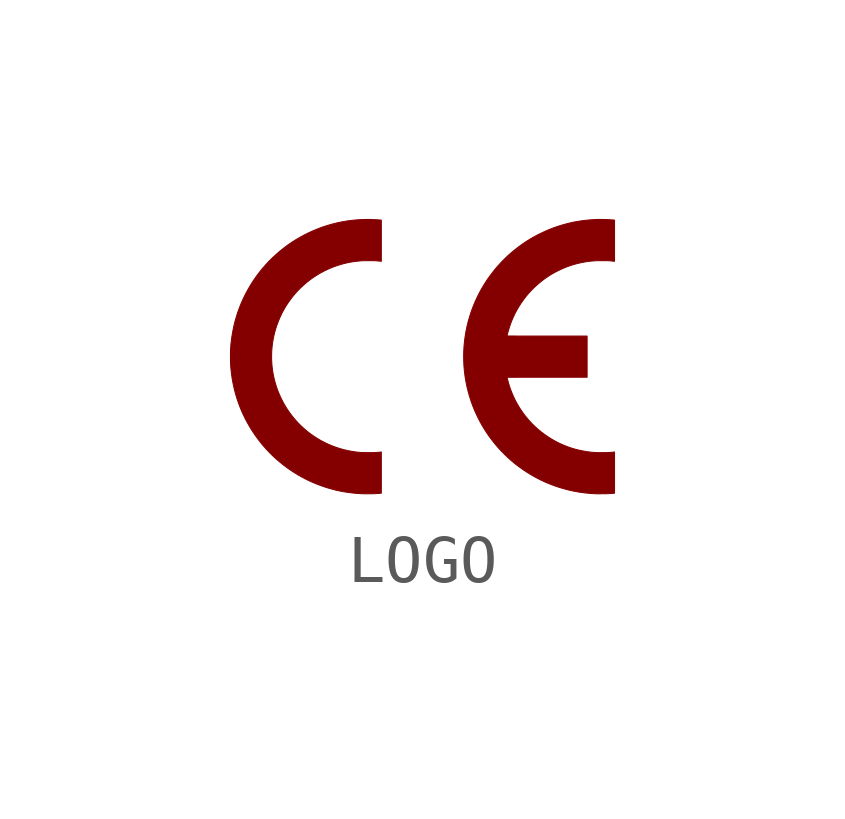
<source format=kicad_sym>
(kicad_symbol_lib
  (version 20210619)
  (generator bitmap2component)
  (symbol "LOGO"
    (pin_names
      (offset 1.016))
    (property "Reference" "#G"
      (at 0 2.222 0)
      (effects (font (size 1.27 1.27)) hide))
    (symbol "LOGO_0_0"
      (polyline (pts (xy -1.139 -2.857) (xy -1.115 -2.857) (xy -1.091 -2.857) (xy -1.068 -2.857) (xy -1.046 -2.857) (xy -1.026 -2.856) (xy -1.009 -2.856) (xy -0.994 -2.855) (xy -0.983 -2.855) (xy -0.981 -2.854) (xy -0.966 -2.853) (xy -0.949 -2.852) (xy -0.933 -2.851) (xy -0.917 -2.85) (xy -0.901 -2.849) (xy -0.888 -2.848) (xy -0.877 -2.847) (xy -0.869 -2.846) (xy -0.864 -2.845) (xy -0.856 -2.844) (xy -0.856 -1.986) (xy -0.863 -1.987) (xy -0.868 -1.988) (xy -0.877 -1.989) (xy -0.889 -1.99) (xy -0.903 -1.992) (xy -0.918 -1.993) (xy -0.934 -1.994) (xy -0.951 -1.996) (xy -0.968 -1.997) (xy -0.983 -1.998) (xy -0.997 -1.999) (xy -1.006 -1.999) (xy -1.023 -2) (xy -1.043 -2) (xy -1.065 -2) (xy -1.089 -2) (xy -1.114 -2) (xy -1.14 -2) (xy -1.166 -2) (xy -1.191 -1.999) (xy -1.215 -1.999) (xy -1.237 -1.998) (xy -1.257 -1.997) (xy -1.274 -1.997) (xy -1.288 -1.996) (xy -1.305 -1.994) (xy -1.335 -1.992) (xy -1.363 -1.989) (xy -1.389 -1.986) (xy -1.415 -1.982) (xy -1.442 -1.978) (xy -1.472 -1.973) (xy -1.534 -1.962) (xy -1.621 -1.942) (xy -1.707 -1.919) (xy -1.792 -1.892) (xy -1.875 -1.861) (xy -1.957 -1.827) (xy -2.037 -1.789) (xy -2.116 -1.748) (xy -2.192 -1.703) (xy -2.267 -1.654) (xy -2.34 -1.603) (xy -2.41 -1.548) (xy -2.471 -1.495) (xy -2.537 -1.434) (xy -2.599 -1.371) (xy -2.658 -1.305) (xy -2.714 -1.236) (xy -2.767 -1.166) (xy -2.817 -1.093) (xy -2.863 -1.018) (xy -2.906 -0.942) (xy -2.946 -0.863) (xy -2.982 -0.783) (xy -3.015 -0.702) (xy -3.044 -0.618) (xy -3.069 -0.534) (xy -3.091 -0.448) (xy -3.109 -0.361) (xy -3.123 -0.274) (xy -3.133 -0.185) (xy -3.136 -0.146) (xy -3.141 -0.056) (xy -3.141 0.034) (xy -3.138 0.123) (xy -3.13 0.212) (xy -3.119 0.301) (xy -3.103 0.389) (xy -3.084 0.476) (xy -3.061 0.562) (xy -3.034 0.647) (xy -3.002 0.732) (xy -2.996 0.747) (xy -2.962 0.827) (xy -2.925 0.905) (xy -2.884 0.981) (xy -2.84 1.056) (xy -2.792 1.129) (xy -2.74 1.2) (xy -2.717 1.231) (xy -2.661 1.3) (xy -2.602 1.366) (xy -2.54 1.429) (xy -2.475 1.489) (xy -2.408 1.547) (xy -2.339 1.601) (xy -2.267 1.652) (xy -2.193 1.7) (xy -2.117 1.745) (xy -2.039 1.786) (xy -1.959 1.824) (xy -1.877 1.859) (xy -1.794 1.889) (xy -1.709 1.917) (xy -1.623 1.94) (xy -1.569 1.953) (xy -1.512 1.964) (xy -1.454 1.974) (xy -1.396 1.983) (xy -1.335 1.989) (xy -1.272 1.995) (xy -1.262 1.996) (xy -1.247 1.996) (xy -1.23 1.997) (xy -1.21 1.997) (xy -1.188 1.997) (xy -1.165 1.998) (xy -1.141 1.998) (xy -1.091 1.998) (xy -1.067 1.998) (xy -1.044 1.997) (xy -1.022 1.997) (xy -1.003 1.997) (xy -0.986 1.996) (xy -0.972 1.996) (xy -0.961 1.995) (xy -0.954 1.994) (xy -0.939 1.993) (xy -0.922 1.992) (xy -0.907 1.99) (xy -0.892 1.989) (xy -0.88 1.987) (xy -0.87 1.986) (xy -0.864 1.985) (xy -0.856 1.984) (xy -0.856 2.842) (xy -0.864 2.843) (xy -0.864 2.843) (xy -0.868 2.844) (xy -0.876 2.845) (xy -0.886 2.845) (xy -0.898 2.846) (xy -0.91 2.847) (xy -0.929 2.849) (xy -1.01 2.853) (xy -1.091 2.856) (xy -1.172 2.856) (xy -1.253 2.854) (xy -1.332 2.85) (xy -1.408 2.844) (xy -1.466 2.838) (xy -1.573 2.824) (xy -1.678 2.806) (xy -1.783 2.784) (xy -1.887 2.758) (xy -1.989 2.728) (xy -2.091 2.695) (xy -2.19 2.657) (xy -2.253 2.631) (xy -2.351 2.588) (xy -2.446 2.541) (xy -2.539 2.491) (xy -2.63 2.438) (xy -2.719 2.382) (xy -2.805 2.323) (xy -2.889 2.26) (xy -2.97 2.195) (xy -3.048 2.127) (xy -3.124 2.057) (xy -3.198 1.984) (xy -3.268 1.908) (xy -3.336 1.83) (xy -3.401 1.749) (xy -3.462 1.667) (xy -3.521 1.582) (xy -3.577 1.494) (xy -3.629 1.405) (xy -3.679 1.314) (xy -3.725 1.221) (xy -3.768 1.127) (xy -3.807 1.03) (xy -3.843 0.932) (xy -3.875 0.832) (xy -3.904 0.731) (xy -3.929 0.629) (xy -3.95 0.525) (xy -3.968 0.42) (xy -3.982 0.314) (xy -3.982 0.312) (xy -3.986 0.28) (xy -3.989 0.249) (xy -3.991 0.22) (xy -3.993 0.192) (xy -3.995 0.164) (xy -3.996 0.135) (xy -3.997 0.105) (xy -3.998 0.073) (xy -3.998 0.038) (xy -3.998 0) (xy -3.998 -0.009) (xy -3.998 -0.037) (xy -3.998 -0.062) (xy -3.998 -0.085) (xy -3.997 -0.105) (xy -3.997 -0.124) (xy -3.996 -0.142) (xy -3.995 -0.161) (xy -3.994 -0.179) (xy -3.993 -0.199) (xy -3.991 -0.22) (xy -3.989 -0.243) (xy -3.988 -0.258) (xy -3.976 -0.364) (xy -3.961 -0.47) (xy -3.941 -0.575) (xy -3.918 -0.679) (xy -3.891 -0.782) (xy -3.86 -0.883) (xy -3.825 -0.984) (xy -3.787 -1.083) (xy -3.745 -1.18) (xy -3.699 -1.276) (xy -3.65 -1.37) (xy -3.597 -1.463) (xy -3.541 -1.553) (xy -3.481 -1.642) (xy -3.418 -1.728) (xy -3.352 -1.813) (xy -3.328 -1.841) (xy -3.262 -1.917) (xy -3.192 -1.992) (xy -3.119 -2.064) (xy -3.044 -2.134) (xy -2.966 -2.2) (xy -2.887 -2.264) (xy -2.806 -2.324) (xy -2.768 -2.351) (xy -2.678 -2.41) (xy -2.586 -2.467) (xy -2.493 -2.519) (xy -2.398 -2.568) (xy -2.301 -2.613) (xy -2.203 -2.654) (xy -2.103 -2.692) (xy -2.002 -2.726) (xy -1.9 -2.756) (xy -1.797 -2.783) (xy -1.692 -2.805) (xy -1.586 -2.824) (xy -1.479 -2.838) (xy -1.371 -2.849) (xy -1.263 -2.856) (xy -1.257 -2.857) (xy -1.243 -2.857) (xy -1.226 -2.857) (xy -1.207 -2.857) (xy -1.185 -2.858) (xy -1.163 -2.858) (xy -1.139 -2.857)) (stroke (width 0.01)) (fill (type outline)))
      (polyline (pts (xy 3.7 -2.858) (xy 3.72 -2.857) (xy 3.763 -2.857) (xy 3.784 -2.857) (xy 3.804 -2.857) (xy 3.823 -2.856) (xy 3.84 -2.856) (xy 3.854 -2.855) (xy 3.866 -2.855) (xy 3.874 -2.855) (xy 3.876 -2.854) (xy 3.891 -2.853) (xy 3.908 -2.852) (xy 3.924 -2.851) (xy 3.941 -2.85) (xy 3.956 -2.849) (xy 3.969 -2.848) (xy 3.98 -2.847) (xy 3.989 -2.846) (xy 3.994 -2.845) (xy 4.001 -2.844) (xy 4.001 -1.986) (xy 3.994 -1.987) (xy 3.991 -1.988) (xy 3.983 -1.989) (xy 3.972 -1.99) (xy 3.958 -1.991) (xy 3.943 -1.993) (xy 3.928 -1.994) (xy 3.912 -1.996) (xy 3.896 -1.997) (xy 3.895 -1.997) (xy 3.884 -1.998) (xy 3.87 -1.998) (xy 3.853 -1.999) (xy 3.833 -1.999) (xy 3.811 -1.999) (xy 3.788 -2) (xy 3.764 -2) (xy 3.715 -2) (xy 3.691 -2) (xy 3.668 -1.999) (xy 3.647 -1.999) (xy 3.627 -1.999) (xy 3.61 -1.998) (xy 3.597 -1.998) (xy 3.586 -1.997) (xy 3.55 -1.994) (xy 3.501 -1.989) (xy 3.455 -1.984) (xy 3.411 -1.978) (xy 3.368 -1.97) (xy 3.326 -1.962) (xy 3.283 -1.953) (xy 3.239 -1.943) (xy 3.173 -1.926) (xy 3.087 -1.9) (xy 3.004 -1.87) (xy 2.922 -1.837) (xy 2.841 -1.8) (xy 2.763 -1.759) (xy 2.686 -1.716) (xy 2.612 -1.669) (xy 2.539 -1.618) (xy 2.469 -1.565) (xy 2.401 -1.508) (xy 2.336 -1.449) (xy 2.273 -1.387) (xy 2.213 -1.321) (xy 2.156 -1.253) (xy 2.102 -1.183) (xy 2.051 -1.109) (xy 2.018 -1.058) (xy 1.972 -0.981) (xy 1.93 -0.902) (xy 1.892 -0.821) (xy 1.857 -0.739) (xy 1.826 -0.655) (xy 1.798 -0.569) (xy 1.774 -0.482) (xy 1.772 -0.471) (xy 1.769 -0.459) (xy 1.766 -0.448) (xy 1.764 -0.44) (xy 1.763 -0.434) (xy 1.762 -0.432) (xy 1.763 -0.432) (xy 1.768 -0.431) (xy 1.776 -0.431) (xy 1.788 -0.431) (xy 1.803 -0.431) (xy 1.822 -0.431) (xy 1.844 -0.431) (xy 1.87 -0.431) (xy 1.898 -0.431) (xy 1.929 -0.431) (xy 1.963 -0.431) (xy 2 -0.43) (xy 2.039 -0.43) (xy 2.08 -0.43) (xy 2.124 -0.43) (xy 2.17 -0.43) (xy 2.218 -0.43) (xy 2.268 -0.43) (xy 2.319 -0.43) (xy 2.372 -0.43) (xy 3.43 -0.43) (xy 3.43 0.428) (xy 2.393 0.428) (xy 2.339 0.428) (xy 2.237 0.428) (xy 2.188 0.428) (xy 2.142 0.428) (xy 2.097 0.428) (xy 2.055 0.428) (xy 2.015 0.428) (xy 1.977 0.428) (xy 1.942 0.429) (xy 1.91 0.429) (xy 1.88 0.429) (xy 1.854 0.429) (xy 1.83 0.429) (xy 1.81 0.429) (xy 1.793 0.429) (xy 1.78 0.429) (xy 1.77 0.429) (xy 1.764 0.429) (xy 1.762 0.429) (xy 1.763 0.431) (xy 1.764 0.436) (xy 1.765 0.444) (xy 1.768 0.454) (xy 1.771 0.466) (xy 1.774 0.48) (xy 1.778 0.494) (xy 1.782 0.509) (xy 1.786 0.523) (xy 1.789 0.536) (xy 1.793 0.548) (xy 1.795 0.558) (xy 1.798 0.566) (xy 1.825 0.651) (xy 1.855 0.734) (xy 1.89 0.815) (xy 1.927 0.895) (xy 1.968 0.972) (xy 2.013 1.048) (xy 2.06 1.121) (xy 2.111 1.192) (xy 2.164 1.261) (xy 2.22 1.327) (xy 2.28 1.391) (xy 2.342 1.452) (xy 2.406 1.51) (xy 2.473 1.566) (xy 2.543 1.619) (xy 2.614 1.668) (xy 2.688 1.715) (xy 2.765 1.758) (xy 2.843 1.798) (xy 2.924 1.835) (xy 3.006 1.869) (xy 3.09 1.898) (xy 3.103 1.903) (xy 3.162 1.921) (xy 3.219 1.936) (xy 3.277 1.95) (xy 3.335 1.962) (xy 3.394 1.973) (xy 3.456 1.982) (xy 3.519 1.989) (xy 3.586 1.995) (xy 3.587 1.995) (xy 3.598 1.996) (xy 3.612 1.996) (xy 3.63 1.997) (xy 3.649 1.997) (xy 3.671 1.997) (xy 3.694 1.998) (xy 3.718 1.998) (xy 3.767 1.998) (xy 3.791 1.998) (xy 3.814 1.997) (xy 3.836 1.997) (xy 3.855 1.997) (xy 3.872 1.996) (xy 3.886 1.996) (xy 3.896 1.995) (xy 3.903 1.994) (xy 3.919 1.993) (xy 3.935 1.992) (xy 3.95 1.99) (xy 3.965 1.989) (xy 3.977 1.987) (xy 3.987 1.986) (xy 3.994 1.985) (xy 4.001 1.984) (xy 4.001 2.842) (xy 3.994 2.843) (xy 3.993 2.843) (xy 3.987 2.844) (xy 3.978 2.845) (xy 3.967 2.846) (xy 3.953 2.847) (xy 3.938 2.848) (xy 3.921 2.849) (xy 3.905 2.85) (xy 3.889 2.852) (xy 3.874 2.853) (xy 3.863 2.853) (xy 3.845 2.854) (xy 3.823 2.855) (xy 3.799 2.855) (xy 3.774 2.856) (xy 3.748 2.856) (xy 3.721 2.856) (xy 3.695 2.856) (xy 3.67 2.856) (xy 3.647 2.856) (xy 3.626 2.855) (xy 3.608 2.855) (xy 3.554 2.852) (xy 3.45 2.844) (xy 3.348 2.833) (xy 3.247 2.818) (xy 3.146 2.8) (xy 3.046 2.777) (xy 2.947 2.751) (xy 2.947 2.751) (xy 2.845 2.721) (xy 2.745 2.687) (xy 2.646 2.649) (xy 2.549 2.607) (xy 2.453 2.562) (xy 2.359 2.514) (xy 2.266 2.462) (xy 2.176 2.406) (xy 2.087 2.347) (xy 2.002 2.285) (xy 1.918 2.22) (xy 1.837 2.152) (xy 1.775 2.097) (xy 1.708 2.032) (xy 1.643 1.966) (xy 1.58 1.897) (xy 1.52 1.828) (xy 1.474 1.77) (xy 1.409 1.685) (xy 1.347 1.598) (xy 1.29 1.509) (xy 1.235 1.418) (xy 1.184 1.325) (xy 1.137 1.23) (xy 1.093 1.134) (xy 1.053 1.036) (xy 1.016 0.937) (xy 0.984 0.837) (xy 0.954 0.735) (xy 0.929 0.632) (xy 0.907 0.529) (xy 0.89 0.424) (xy 0.876 0.319) (xy 0.866 0.213) (xy 0.86 0.106) (xy 0.858 -0.001) (xy 0.86 -0.098) (xy 0.865 -0.205) (xy 0.875 -0.311) (xy 0.888 -0.416) (xy 0.906 -0.521) (xy 0.927 -0.625) (xy 0.952 -0.728) (xy 0.981 -0.829) (xy 1.013 -0.93) (xy 1.049 -1.029) (xy 1.089 -1.127) (xy 1.133 -1.223) (xy 1.18 -1.318) (xy 1.23 -1.411) (xy 1.284 -1.502) (xy 1.342 -1.592) (xy 1.403 -1.679) (xy 1.468 -1.765) (xy 1.535 -1.848) (xy 1.553 -1.869) (xy 1.572 -1.89) (xy 1.59 -1.911) (xy 1.608 -1.931) (xy 1.627 -1.951) (xy 1.648 -1.973) (xy 1.671 -1.996) (xy 1.696 -2.021) (xy 1.719 -2.045) (xy 1.743 -2.067) (xy 1.765 -2.088) (xy 1.785 -2.108) (xy 1.805 -2.126) (xy 1.826 -2.144) (xy 1.846 -2.163) (xy 1.868 -2.181) (xy 1.922 -2.226) (xy 2.007 -2.291) (xy 2.094 -2.354) (xy 2.183 -2.413) (xy 2.274 -2.468) (xy 2.367 -2.52) (xy 2.462 -2.569) (xy 2.558 -2.614) (xy 2.656 -2.655) (xy 2.755 -2.692) (xy 2.856 -2.726) (xy 2.958 -2.756) (xy 3.061 -2.783) (xy 3.165 -2.805) (xy 3.27 -2.824) (xy 3.376 -2.838) (xy 3.483 -2.849) (xy 3.486 -2.849) (xy 3.502 -2.851) (xy 3.519 -2.852) (xy 3.54 -2.853) (xy 3.563 -2.854) (xy 3.589 -2.856) (xy 3.619 -2.857) (xy 3.623 -2.857) (xy 3.633 -2.858) (xy 3.647 -2.858) (xy 3.68 -2.858) (xy 3.7 -2.858)) (stroke (width 0.01)) (fill (type outline))))))
</source>
